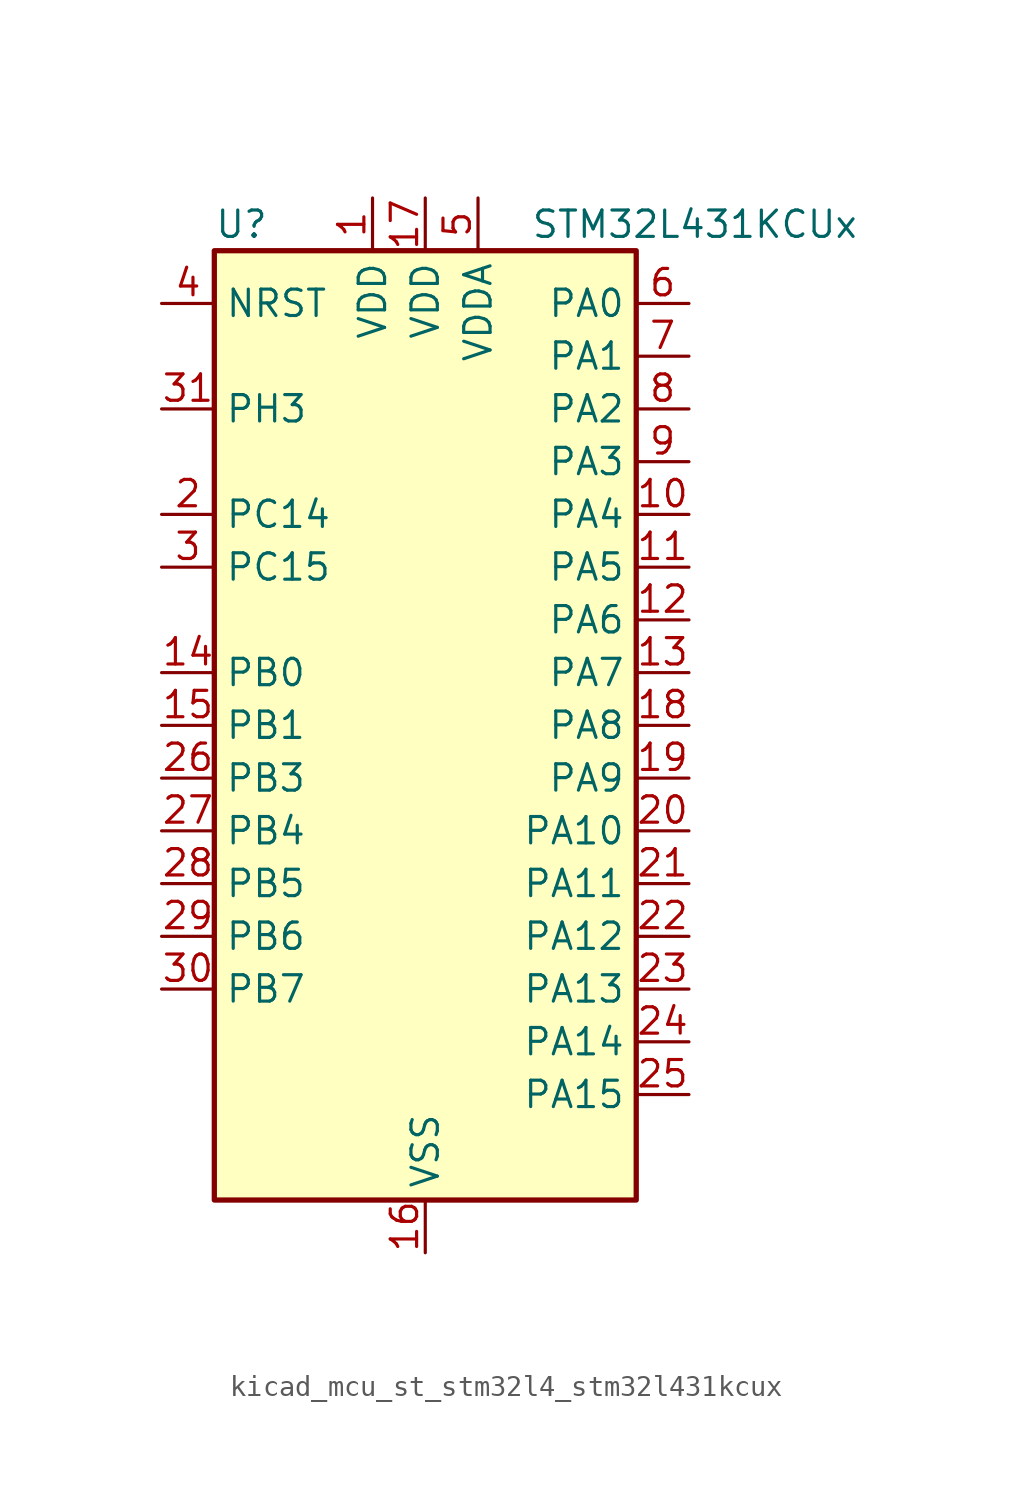
<source format=kicad_sym>
(kicad_symbol_lib
  (version 20220914)
  (generator kicad_symbol_editor)
  (symbol "kicad_mcu_st_stm32l4_stm32l431kcux"
    (property "Reference" "U"
      (at -10.16 24.13 0)
      (effects (font (size 1.27 1.27)) (justify left)))
    (property "Value" "STM32L431KCUx"
      (at 5.08 24.13 0)
      (effects (font (size 1.27 1.27)) (justify left)))
    (property "ki_locked" ""
      (at 0 0 0)
      (effects (font (size 1.27 1.27))))
    (symbol "kicad_mcu_st_stm32l4_stm32l431kcux_0_1"
      (rectangle (start -10.16 -22.86) (end 10.16 22.86) (stroke (width 0.254) (type default)) (fill (type background))))
    (symbol "kicad_mcu_st_stm32l4_stm32l431kcux_1_1"
      (pin power_in line (at -2.54 25.4 270) (length 2.54) (name "VDD" (effects (font (size 1.27 1.27)))) (number "1" (effects (font (size 1.27 1.27)))))
      (pin bidirectional line (at 12.7 10.16 180) (length 2.54) (name "PA4" (effects (font (size 1.27 1.27)))) (number "10" (effects (font (size 1.27 1.27)))) (alternate "ADC1_IN9" bidirectional line) (alternate "COMP1_INM" bidirectional line) (alternate "COMP2_INM" bidirectional line) (alternate "DAC1_OUT1" bidirectional line) (alternate "LPTIM2_OUT" bidirectional line) (alternate "SAI1_FS_B" bidirectional line) (alternate "SPI1_NSS" bidirectional line) (alternate "SPI3_NSS" bidirectional line) (alternate "USART2_CK" bidirectional line))
      (pin bidirectional line (at 12.7 7.62 180) (length 2.54) (name "PA5" (effects (font (size 1.27 1.27)))) (number "11" (effects (font (size 1.27 1.27)))) (alternate "ADC1_IN10" bidirectional line) (alternate "COMP1_INM" bidirectional line) (alternate "COMP2_INM" bidirectional line) (alternate "DAC1_OUT2" bidirectional line) (alternate "LPTIM2_ETR" bidirectional line) (alternate "SPI1_SCK" bidirectional line) (alternate "TIM2_CH1" bidirectional line) (alternate "TIM2_ETR" bidirectional line))
      (pin bidirectional line (at 12.7 5.08 180) (length 2.54) (name "PA6" (effects (font (size 1.27 1.27)))) (number "12" (effects (font (size 1.27 1.27)))) (alternate "ADC1_IN11" bidirectional line) (alternate "COMP1_OUT" bidirectional line) (alternate "LPUART1_CTS" bidirectional line) (alternate "QUADSPI_BK1_IO3" bidirectional line) (alternate "SPI1_MISO" bidirectional line) (alternate "TIM16_CH1" bidirectional line) (alternate "TIM1_BKIN" bidirectional line) (alternate "TIM1_BKIN_COMP2" bidirectional line))
      (pin bidirectional line (at 12.7 2.54 180) (length 2.54) (name "PA7" (effects (font (size 1.27 1.27)))) (number "13" (effects (font (size 1.27 1.27)))) (alternate "ADC1_IN12" bidirectional line) (alternate "COMP2_OUT" bidirectional line) (alternate "I2C3_SCL" bidirectional line) (alternate "QUADSPI_BK1_IO2" bidirectional line) (alternate "SPI1_MOSI" bidirectional line) (alternate "TIM1_CH1N" bidirectional line))
      (pin bidirectional line (at -12.7 2.54 0) (length 2.54) (name "PB0" (effects (font (size 1.27 1.27)))) (number "14" (effects (font (size 1.27 1.27)))) (alternate "ADC1_IN15" bidirectional line) (alternate "COMP1_OUT" bidirectional line) (alternate "QUADSPI_BK1_IO1" bidirectional line) (alternate "SAI1_EXTCLK" bidirectional line) (alternate "SPI1_NSS" bidirectional line) (alternate "TIM1_CH2N" bidirectional line))
      (pin bidirectional line (at -12.7 0 0) (length 2.54) (name "PB1" (effects (font (size 1.27 1.27)))) (number "15" (effects (font (size 1.27 1.27)))) (alternate "ADC1_IN16" bidirectional line) (alternate "COMP1_INM" bidirectional line) (alternate "LPTIM2_IN1" bidirectional line) (alternate "LPUART1_DE" bidirectional line) (alternate "LPUART1_RTS" bidirectional line) (alternate "QUADSPI_BK1_IO0" bidirectional line) (alternate "TIM1_CH3N" bidirectional line))
      (pin power_in line (at 0 -25.4 90) (length 2.54) (name "VSS" (effects (font (size 1.27 1.27)))) (number "16" (effects (font (size 1.27 1.27)))))
      (pin power_in line (at 0 25.4 270) (length 2.54) (name "VDD" (effects (font (size 1.27 1.27)))) (number "17" (effects (font (size 1.27 1.27)))))
      (pin bidirectional line (at 12.7 0 180) (length 2.54) (name "PA8" (effects (font (size 1.27 1.27)))) (number "18" (effects (font (size 1.27 1.27)))) (alternate "LPTIM2_OUT" bidirectional line) (alternate "RCC_MCO" bidirectional line) (alternate "SAI1_SCK_A" bidirectional line) (alternate "SWPMI1_IO" bidirectional line) (alternate "TIM1_CH1" bidirectional line) (alternate "USART1_CK" bidirectional line))
      (pin bidirectional line (at 12.7 -2.54 180) (length 2.54) (name "PA9" (effects (font (size 1.27 1.27)))) (number "19" (effects (font (size 1.27 1.27)))) (alternate "DAC1_EXTI9" bidirectional line) (alternate "I2C1_SCL" bidirectional line) (alternate "SAI1_FS_A" bidirectional line) (alternate "TIM15_BKIN" bidirectional line) (alternate "TIM1_CH2" bidirectional line) (alternate "USART1_TX" bidirectional line))
      (pin bidirectional line (at -12.7 10.16 0) (length 2.54) (name "PC14" (effects (font (size 1.27 1.27)))) (number "2" (effects (font (size 1.27 1.27)))) (alternate "RCC_OSC32_IN" bidirectional line))
      (pin bidirectional line (at 12.7 -5.08 180) (length 2.54) (name "PA10" (effects (font (size 1.27 1.27)))) (number "20" (effects (font (size 1.27 1.27)))) (alternate "I2C1_SDA" bidirectional line) (alternate "SAI1_SD_A" bidirectional line) (alternate "TIM1_CH3" bidirectional line) (alternate "USART1_RX" bidirectional line))
      (pin bidirectional line (at 12.7 -7.62 180) (length 2.54) (name "PA11" (effects (font (size 1.27 1.27)))) (number "21" (effects (font (size 1.27 1.27)))) (alternate "ADC1_EXTI11" bidirectional line) (alternate "CAN1_RX" bidirectional line) (alternate "COMP1_OUT" bidirectional line) (alternate "SPI1_MISO" bidirectional line) (alternate "TIM1_BKIN2" bidirectional line) (alternate "TIM1_BKIN2_COMP1" bidirectional line) (alternate "TIM1_CH4" bidirectional line) (alternate "USART1_CTS" bidirectional line))
      (pin bidirectional line (at 12.7 -10.16 180) (length 2.54) (name "PA12" (effects (font (size 1.27 1.27)))) (number "22" (effects (font (size 1.27 1.27)))) (alternate "CAN1_TX" bidirectional line) (alternate "SPI1_MOSI" bidirectional line) (alternate "TIM1_ETR" bidirectional line) (alternate "USART1_DE" bidirectional line) (alternate "USART1_RTS" bidirectional line))
      (pin bidirectional line (at 12.7 -12.7 180) (length 2.54) (name "PA13" (effects (font (size 1.27 1.27)))) (number "23" (effects (font (size 1.27 1.27)))) (alternate "IR_OUT" bidirectional line) (alternate "SAI1_SD_B" bidirectional line) (alternate "SWPMI1_TX" bidirectional line) (alternate "SYS_JTMS-SWDIO" bidirectional line))
      (pin bidirectional line (at 12.7 -15.24 180) (length 2.54) (name "PA14" (effects (font (size 1.27 1.27)))) (number "24" (effects (font (size 1.27 1.27)))) (alternate "I2C1_SMBA" bidirectional line) (alternate "LPTIM1_OUT" bidirectional line) (alternate "SAI1_FS_B" bidirectional line) (alternate "SWPMI1_RX" bidirectional line) (alternate "SYS_JTCK-SWCLK" bidirectional line))
      (pin bidirectional line (at 12.7 -17.78 180) (length 2.54) (name "PA15" (effects (font (size 1.27 1.27)))) (number "25" (effects (font (size 1.27 1.27)))) (alternate "ADC1_EXTI15" bidirectional line) (alternate "SPI1_NSS" bidirectional line) (alternate "SPI3_NSS" bidirectional line) (alternate "SWPMI1_SUSPEND" bidirectional line) (alternate "SYS_JTDI" bidirectional line) (alternate "TIM2_CH1" bidirectional line) (alternate "TIM2_ETR" bidirectional line) (alternate "USART2_RX" bidirectional line))
      (pin bidirectional line (at -12.7 -2.54 0) (length 2.54) (name "PB3" (effects (font (size 1.27 1.27)))) (number "26" (effects (font (size 1.27 1.27)))) (alternate "COMP2_INM" bidirectional line) (alternate "SAI1_SCK_B" bidirectional line) (alternate "SPI1_SCK" bidirectional line) (alternate "SPI3_SCK" bidirectional line) (alternate "SYS_JTDO-SWO" bidirectional line) (alternate "TIM2_CH2" bidirectional line) (alternate "USART1_DE" bidirectional line) (alternate "USART1_RTS" bidirectional line))
      (pin bidirectional line (at -12.7 -5.08 0) (length 2.54) (name "PB4" (effects (font (size 1.27 1.27)))) (number "27" (effects (font (size 1.27 1.27)))) (alternate "COMP2_INP" bidirectional line) (alternate "I2C3_SDA" bidirectional line) (alternate "SAI1_MCLK_B" bidirectional line) (alternate "SPI1_MISO" bidirectional line) (alternate "SPI3_MISO" bidirectional line) (alternate "SYS_JTRST" bidirectional line) (alternate "TSC_G2_IO1" bidirectional line) (alternate "USART1_CTS" bidirectional line))
      (pin bidirectional line (at -12.7 -7.62 0) (length 2.54) (name "PB5" (effects (font (size 1.27 1.27)))) (number "28" (effects (font (size 1.27 1.27)))) (alternate "COMP2_OUT" bidirectional line) (alternate "I2C1_SMBA" bidirectional line) (alternate "LPTIM1_IN1" bidirectional line) (alternate "SAI1_SD_B" bidirectional line) (alternate "SPI1_MOSI" bidirectional line) (alternate "SPI3_MOSI" bidirectional line) (alternate "TIM16_BKIN" bidirectional line) (alternate "TSC_G2_IO2" bidirectional line) (alternate "USART1_CK" bidirectional line))
      (pin bidirectional line (at -12.7 -10.16 0) (length 2.54) (name "PB6" (effects (font (size 1.27 1.27)))) (number "29" (effects (font (size 1.27 1.27)))) (alternate "COMP2_INP" bidirectional line) (alternate "I2C1_SCL" bidirectional line) (alternate "LPTIM1_ETR" bidirectional line) (alternate "SAI1_FS_B" bidirectional line) (alternate "TIM16_CH1N" bidirectional line) (alternate "TSC_G2_IO3" bidirectional line) (alternate "USART1_TX" bidirectional line))
      (pin bidirectional line (at -12.7 7.62 0) (length 2.54) (name "PC15" (effects (font (size 1.27 1.27)))) (number "3" (effects (font (size 1.27 1.27)))) (alternate "ADC1_EXTI15" bidirectional line) (alternate "RCC_OSC32_OUT" bidirectional line))
      (pin bidirectional line (at -12.7 -12.7 0) (length 2.54) (name "PB7" (effects (font (size 1.27 1.27)))) (number "30" (effects (font (size 1.27 1.27)))) (alternate "COMP2_INM" bidirectional line) (alternate "I2C1_SDA" bidirectional line) (alternate "LPTIM1_IN2" bidirectional line) (alternate "SYS_PVD_IN" bidirectional line) (alternate "TSC_G2_IO4" bidirectional line) (alternate "USART1_RX" bidirectional line))
      (pin bidirectional line (at -12.7 15.24 0) (length 2.54) (name "PH3" (effects (font (size 1.27 1.27)))) (number "31" (effects (font (size 1.27 1.27)))))
      (pin passive line (at 0 -25.4 90) (length 2.54) hide (name "VSS" (effects (font (size 1.27 1.27)))) (number "32" (effects (font (size 1.27 1.27)))))
      (pin passive line (at 0 -25.4 90) (length 2.54) hide (name "VSS" (effects (font (size 1.27 1.27)))) (number "33" (effects (font (size 1.27 1.27)))))
      (pin input line (at -12.7 20.32 0) (length 2.54) (name "NRST" (effects (font (size 1.27 1.27)))) (number "4" (effects (font (size 1.27 1.27)))))
      (pin power_in line (at 2.54 25.4 270) (length 2.54) (name "VDDA" (effects (font (size 1.27 1.27)))) (number "5" (effects (font (size 1.27 1.27)))))
      (pin bidirectional line (at 12.7 20.32 180) (length 2.54) (name "PA0" (effects (font (size 1.27 1.27)))) (number "6" (effects (font (size 1.27 1.27)))) (alternate "ADC1_IN5" bidirectional line) (alternate "COMP1_INM" bidirectional line) (alternate "COMP1_OUT" bidirectional line) (alternate "OPAMP1_VINP" bidirectional line) (alternate "RCC_CK_IN" bidirectional line) (alternate "RTC_TAMP2" bidirectional line) (alternate "SAI1_EXTCLK" bidirectional line) (alternate "SYS_WKUP1" bidirectional line) (alternate "TIM2_CH1" bidirectional line) (alternate "TIM2_ETR" bidirectional line) (alternate "USART2_CTS" bidirectional line))
      (pin bidirectional line (at 12.7 17.78 180) (length 2.54) (name "PA1" (effects (font (size 1.27 1.27)))) (number "7" (effects (font (size 1.27 1.27)))) (alternate "ADC1_IN6" bidirectional line) (alternate "COMP1_INP" bidirectional line) (alternate "I2C1_SMBA" bidirectional line) (alternate "OPAMP1_VINM" bidirectional line) (alternate "SPI1_SCK" bidirectional line) (alternate "TIM15_CH1N" bidirectional line) (alternate "TIM2_CH2" bidirectional line) (alternate "USART2_DE" bidirectional line) (alternate "USART2_RTS" bidirectional line))
      (pin bidirectional line (at 12.7 15.24 180) (length 2.54) (name "PA2" (effects (font (size 1.27 1.27)))) (number "8" (effects (font (size 1.27 1.27)))) (alternate "ADC1_IN7" bidirectional line) (alternate "COMP2_INM" bidirectional line) (alternate "COMP2_OUT" bidirectional line) (alternate "LPUART1_TX" bidirectional line) (alternate "QUADSPI_BK1_NCS" bidirectional line) (alternate "RCC_LSCO" bidirectional line) (alternate "SYS_WKUP4" bidirectional line) (alternate "TIM15_CH1" bidirectional line) (alternate "TIM2_CH3" bidirectional line) (alternate "USART2_TX" bidirectional line))
      (pin bidirectional line (at 12.7 12.7 180) (length 2.54) (name "PA3" (effects (font (size 1.27 1.27)))) (number "9" (effects (font (size 1.27 1.27)))) (alternate "ADC1_IN8" bidirectional line) (alternate "COMP2_INP" bidirectional line) (alternate "LPUART1_RX" bidirectional line) (alternate "OPAMP1_VOUT" bidirectional line) (alternate "QUADSPI_CLK" bidirectional line) (alternate "SAI1_MCLK_A" bidirectional line) (alternate "TIM15_CH2" bidirectional line) (alternate "TIM2_CH4" bidirectional line) (alternate "USART2_RX" bidirectional line)))))
</source>
